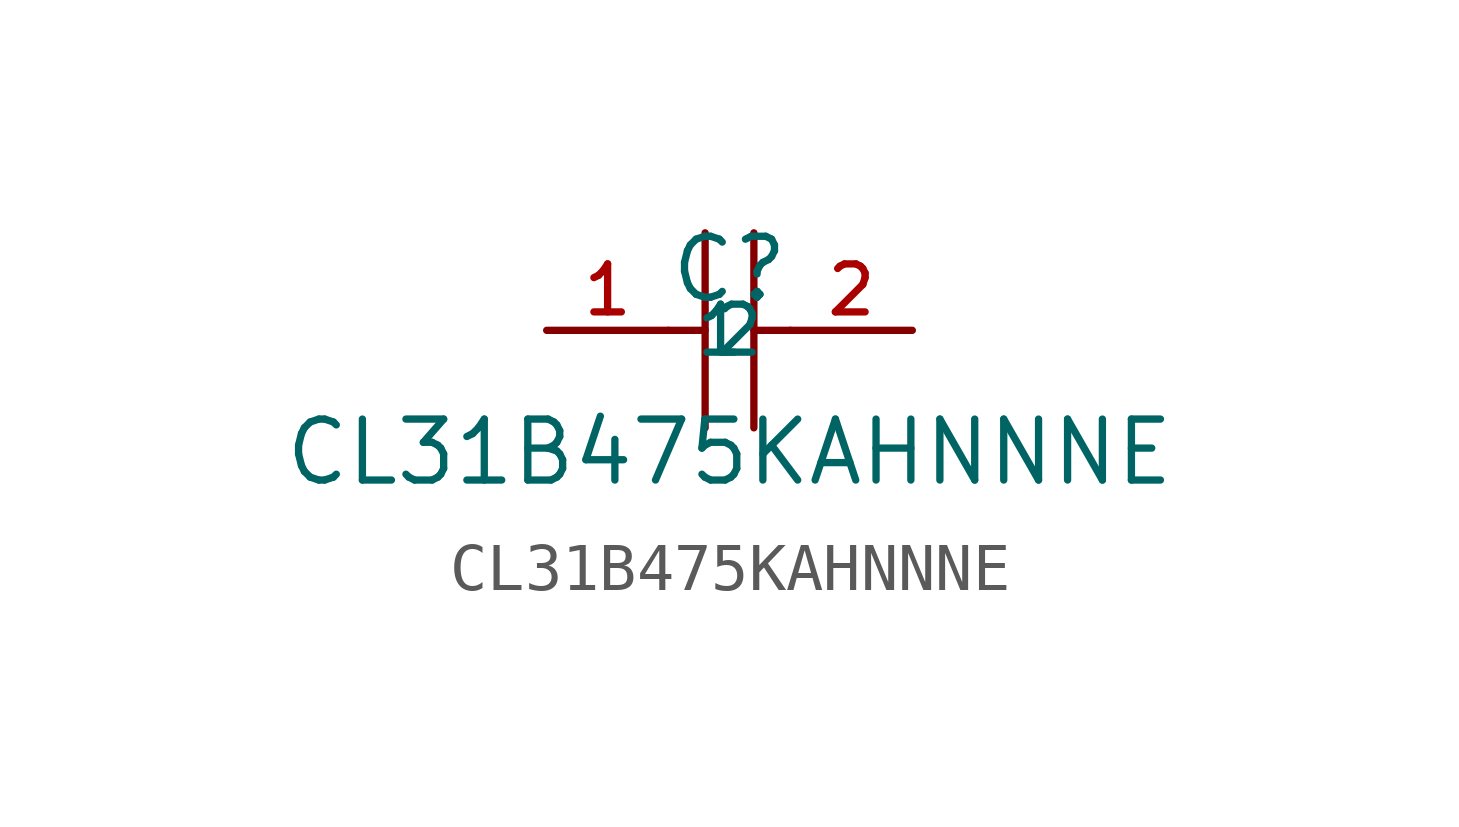
<source format=kicad_sym>
(kicad_symbol_lib
  (version 20210201)
  (generator TousstNicolas/JLC2KiCad_lib)
  (symbol "CL31B475KAHNNNE"
    (property "Reference" "C"
      (at 0 1.27 0)
      (effects (font (size 1.27 1.27))))
    (property "Value" "CL31B475KAHNNNE"
      (at 0 -2.54 0)
      (effects (font (size 1.27 1.27))))
    (symbol "CL31B475KAHNNNE_0_1"
      (polyline (pts (xy -0.508 2.032) (xy -0.508 -2.032)) (stroke (width 0) (type default) (color 0 0 0 0)) (fill (type none)))
      (polyline (pts (xy 0.508 2.032) (xy 0.508 -2.032)) (stroke (width 0) (type default) (color 0 0 0 0)) (fill (type none)))
      (pin input line (at -3.81 -0.0 0) (length 2.54) (name "1" (effects (font (size 1 1)))) (number "1" (effects (font (size 1 1)))))
      (pin input line (at 3.81 -0.0 180) (length 2.54) (name "2" (effects (font (size 1 1)))) (number "2" (effects (font (size 1 1)))))
      (polyline (pts (xy -1.27 -0.0) (xy -0.508 -0.0)) (stroke (width 0) (type default) (color 0 0 0 0)) (fill (type none)))
      (polyline (pts (xy 0.508 -0.0) (xy 1.27 -0.0)) (stroke (width 0) (type default) (color 0 0 0 0)) (fill (type none))))))
</source>
